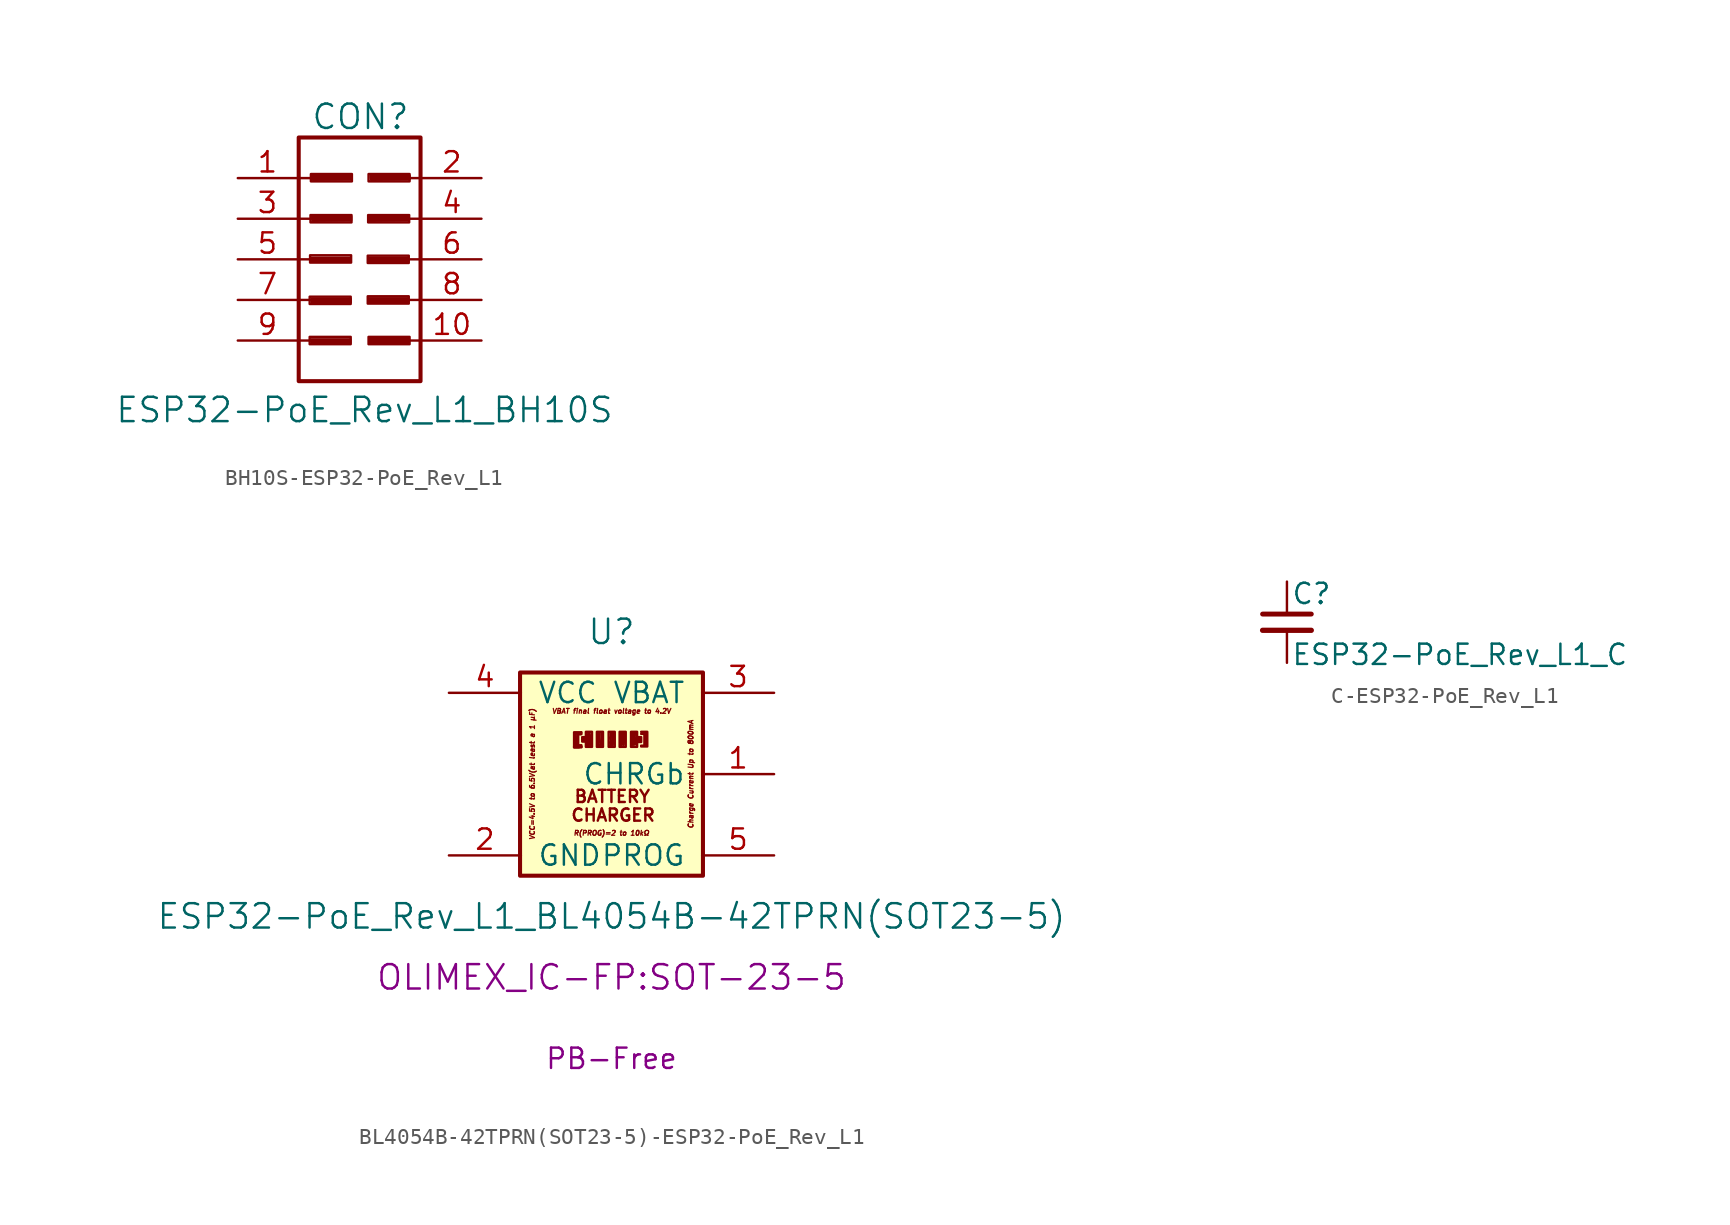
<source format=kicad_sym>
(kicad_symbol_lib
  (version 20220914)
  (generator kicad_symbol_editor)
  (symbol "BH10S-ESP32-PoE_Rev_L1"
    (pin_names
      (offset 1.016) hide)
    (property "Reference" "CON"
      (at 0.051 8.915 0)
      (effects (font (size 1.524 1.524))))
    (property "Value" "ESP32-PoE_Rev_L1_BH10S"
      (at 0.305 -9.423 0)
      (effects (font (size 1.524 1.524))))
    (property "Footprint" ""
      (at -0.203 -1.194 0)
      (effects (font (size 1.524 1.524))))
    (property "Datasheet" ""
      (at -0.203 -1.194 0)
      (effects (font (size 1.524 1.524))))
    (symbol "BH10S-ESP32-PoE_Rev_L1_0_0"
      (rectangle (start -3.124 -4.851) (end -0.559 -5.309) (stroke (width 0) (type solid)) (fill (type none)))
      (rectangle (start -3.124 -2.337) (end -0.559 -2.794) (stroke (width 0) (type solid)) (fill (type none)))
      (rectangle (start -3.099 0.254) (end -0.533 -0.203) (stroke (width 0) (type solid)) (fill (type none)))
      (rectangle (start -3.073 2.769) (end -0.508 2.311) (stroke (width 0) (type solid)) (fill (type none)))
      (rectangle (start -3.048 5.334) (end -0.483 4.877) (stroke (width 0) (type solid)) (fill (type none)))
      (polyline (pts (xy -3.023 -5.004) (xy -0.584 -5.004) (xy -0.584 -5.232) (xy -2.997 -5.258) (xy -3.023 -5.08) (xy -0.711 -5.08) (xy -0.711 -5.156) (xy -2.997 -5.105)) (stroke (width 0) (type solid)) (fill (type none)))
      (polyline (pts (xy -3.023 0.102) (xy -0.584 0.102) (xy -0.584 -0.127) (xy -2.997 -0.152) (xy -3.023 0.025) (xy -0.711 0.025) (xy -0.711 -0.051) (xy -2.997 0)) (stroke (width 0) (type solid)) (fill (type none)))
      (polyline (pts (xy -2.997 -2.464) (xy -0.559 -2.464) (xy -0.559 -2.692) (xy -2.972 -2.718) (xy -2.997 -2.54) (xy -0.686 -2.54) (xy -0.686 -2.616) (xy -2.972 -2.565)) (stroke (width 0) (type solid)) (fill (type none)))
      (polyline (pts (xy -2.972 2.667) (xy -0.533 2.667) (xy -0.533 2.438) (xy -2.946 2.413) (xy -2.972 2.591) (xy -0.66 2.591) (xy -0.66 2.515) (xy -2.946 2.565)) (stroke (width 0) (type solid)) (fill (type none)))
      (polyline (pts (xy -2.946 5.232) (xy -0.508 5.232) (xy -0.508 5.004) (xy -2.921 4.978) (xy -2.946 5.156) (xy -0.635 5.156) (xy -0.635 5.08) (xy -2.921 5.131)) (stroke (width 0) (type solid)) (fill (type none)))
      (polyline (pts (xy 0.559 0.102) (xy 2.997 0.102) (xy 2.997 -0.127) (xy 0.584 -0.152) (xy 0.559 0.025) (xy 2.87 0.025) (xy 2.87 -0.051) (xy 0.584 0)) (stroke (width 0) (type solid)) (fill (type none)))
      (polyline (pts (xy 0.584 -2.438) (xy 3.023 -2.438) (xy 3.023 -2.667) (xy 0.61 -2.692) (xy 0.584 -2.515) (xy 2.896 -2.515) (xy 2.896 -2.591) (xy 0.61 -2.54)) (stroke (width 0) (type solid)) (fill (type none)))
      (polyline (pts (xy 0.584 2.667) (xy 3.023 2.667) (xy 3.023 2.438) (xy 0.61 2.413) (xy 0.584 2.591) (xy 2.896 2.591) (xy 2.896 2.515) (xy 0.61 2.565)) (stroke (width 0) (type solid)) (fill (type none)))
      (polyline (pts (xy 0.635 -4.953) (xy 3.073 -4.953) (xy 3.073 -5.182) (xy 0.66 -5.207) (xy 0.635 -5.029) (xy 2.946 -5.029) (xy 2.946 -5.105) (xy 0.66 -5.055)) (stroke (width 0) (type solid)) (fill (type none)))
      (polyline (pts (xy 0.686 5.232) (xy 3.124 5.232) (xy 3.124 5.004) (xy 0.711 4.978) (xy 0.686 5.156) (xy 2.997 5.156) (xy 2.997 5.08) (xy 0.711 5.131)) (stroke (width 0) (type solid)) (fill (type none)))
      (rectangle (start 0.508 -2.311) (end 3.073 -2.769) (stroke (width 0) (type solid)) (fill (type none)))
      (rectangle (start 0.508 0.229) (end 3.073 -0.229) (stroke (width 0) (type solid)) (fill (type none)))
      (rectangle (start 0.533 2.769) (end 3.099 2.311) (stroke (width 0) (type solid)) (fill (type none)))
      (rectangle (start 0.559 -4.851) (end 3.124 -5.309) (stroke (width 0) (type solid)) (fill (type none)))
      (rectangle (start 0.559 5.334) (end 3.124 4.877) (stroke (width 0) (type solid)) (fill (type none))))
    (symbol "BH10S-ESP32-PoE_Rev_L1_0_1"
      (rectangle (start -3.81 7.62) (end 3.81 -7.62) (stroke (width 0.254) (type solid)) (fill (type none)))
      (polyline (pts (xy -3.81 -5.08) (xy -3.048 -5.08)) (stroke (width 0) (type solid)) (fill (type none)))
      (polyline (pts (xy -3.81 -2.54) (xy -3.048 -2.54)) (stroke (width 0) (type solid)) (fill (type none)))
      (polyline (pts (xy -3.81 0) (xy -3.048 0)) (stroke (width 0) (type solid)) (fill (type none)))
      (polyline (pts (xy -3.81 2.54) (xy -3.048 2.54)) (stroke (width 0) (type solid)) (fill (type none)))
      (polyline (pts (xy -3.81 5.08) (xy -3.048 5.08)) (stroke (width 0) (type solid)) (fill (type none)))
      (polyline (pts (xy 3.81 -5.08) (xy 3.048 -5.08)) (stroke (width 0) (type solid)) (fill (type none)))
      (polyline (pts (xy 3.81 -2.54) (xy 3.048 -2.54)) (stroke (width 0) (type solid)) (fill (type none)))
      (polyline (pts (xy 3.81 0) (xy 3.048 0)) (stroke (width 0) (type solid)) (fill (type none)))
      (polyline (pts (xy 3.81 2.54) (xy 3.048 2.54)) (stroke (width 0) (type solid)) (fill (type none)))
      (polyline (pts (xy 3.81 5.08) (xy 3.048 5.08)) (stroke (width 0) (type solid)) (fill (type none))))
    (symbol "BH10S-ESP32-PoE_Rev_L1_1_1"
      (pin passive line (at -7.62 5.08 0) (length 3.708) (name "1" (effects (font (size 1.27 1.27)))) (number "1" (effects (font (size 1.27 1.27)))))
      (pin passive line (at 7.62 -5.08 180) (length 3.708) (name "10" (effects (font (size 1.27 1.27)))) (number "10" (effects (font (size 1.27 1.27)))))
      (pin passive line (at 7.62 5.08 180) (length 3.708) (name "2" (effects (font (size 1.27 1.27)))) (number "2" (effects (font (size 1.27 1.27)))))
      (pin passive line (at -7.62 2.54 0) (length 3.708) (name "3" (effects (font (size 1.27 1.27)))) (number "3" (effects (font (size 1.27 1.27)))))
      (pin passive line (at 7.62 2.54 180) (length 3.708) (name "4" (effects (font (size 1.27 1.27)))) (number "4" (effects (font (size 1.27 1.27)))))
      (pin passive line (at -7.62 0 0) (length 3.708) (name "5" (effects (font (size 1.27 1.27)))) (number "5" (effects (font (size 1.27 1.27)))))
      (pin passive line (at 7.62 0 180) (length 3.708) (name "6" (effects (font (size 1.27 1.27)))) (number "6" (effects (font (size 1.27 1.27)))))
      (pin passive line (at -7.62 -2.54 0) (length 3.708) (name "7" (effects (font (size 1.27 1.27)))) (number "7" (effects (font (size 1.27 1.27)))))
      (pin passive line (at 7.62 -2.54 180) (length 3.708) (name "8" (effects (font (size 1.27 1.27)))) (number "8" (effects (font (size 1.27 1.27)))))
      (pin passive line (at -7.62 -5.08 0) (length 3.708) (name "9" (effects (font (size 1.27 1.27)))) (number "9" (effects (font (size 1.27 1.27)))))))
  (symbol "BL4054B-42TPRN(SOT23-5)-ESP32-PoE_Rev_L1"
    (pin_names
      (offset 1.016))
    (property "Reference" "U"
      (at 0 8.89 0)
      (effects (font (size 1.524 1.524))))
    (property "Value" "ESP32-PoE_Rev_L1_BL4054B-42TPRN(SOT23-5)"
      (at 0 -8.89 0)
      (effects (font (size 1.524 1.524))))
    (property "Footprint" "OLIMEX_IC-FP:SOT-23-5"
      (at 0 -12.7 0)
      (effects (font (size 1.524 1.524))))
    (property "Datasheet" ""
      (at 0 0.635 0)
      (effects (font (size 1.524 1.524))))
    (property "Note" "PB-Free"
      (at 0 -17.78 0)
      (effects (font (size 1.27 1.27))))
    (symbol "BL4054B-42TPRN(SOT23-5)-ESP32-PoE_Rev_L1_0_0"
      (text "Charge Current Up to 800mA" (at 4.953 0 900) (effects (font (size 0.305 0.305) italic)))
      (text "R(PROG)=2 to 10kΩ" (at 0 -3.683 0) (effects (font (size 0.305 0.305) italic)))
      (text "VBAT final float voltage to 4.2V" (at 0 3.937 0) (effects (font (size 0.305 0.305) italic)))
      (text "VCC=4.5V to 6.5V(at least a 1 μF)" (at -4.953 0 900) (effects (font (size 0.305 0.305) italic))))
    (symbol "BL4054B-42TPRN(SOT23-5)-ESP32-PoE_Rev_L1_1_0"
      (rectangle (start -1.219 1.702) (end -1.6 2.642) (stroke (width 0) (type solid)) (fill (type none)))
      (rectangle (start -0.533 1.702) (end -0.914 2.642) (stroke (width 0) (type solid)) (fill (type none)))
      (polyline (pts (xy -2.337 1.676) (xy -1.88 1.676)) (stroke (width 0) (type solid)) (fill (type none)))
      (polyline (pts (xy -2.337 1.702) (xy -1.88 1.702)) (stroke (width 0) (type solid)) (fill (type none)))
      (polyline (pts (xy -2.134 2.515) (xy -2.159 1.829)) (stroke (width 0) (type solid)) (fill (type none)))
      (polyline (pts (xy -2.108 2.134) (xy -2.134 1.727)) (stroke (width 0) (type solid)) (fill (type none)))
      (polyline (pts (xy -2.083 1.727) (xy -2.083 2.464)) (stroke (width 0) (type solid)) (fill (type none)))
      (polyline (pts (xy -2.057 2.489) (xy -1.905 2.489)) (stroke (width 0) (type solid)) (fill (type none)))
      (polyline (pts (xy -1.93 1.803) (xy -2.007 1.803)) (stroke (width 0) (type solid)) (fill (type none)))
      (polyline (pts (xy -1.88 1.727) (xy -1.88 1.803)) (stroke (width 0) (type solid)) (fill (type none)))
      (polyline (pts (xy -1.88 2.616) (xy -1.88 2.515)) (stroke (width 0) (type solid)) (fill (type none)))
      (polyline (pts (xy -0.864 2.565) (xy -0.686 1.905)) (stroke (width 0) (type solid)) (fill (type none)))
      (polyline (pts (xy -0.635 2.565) (xy -0.635 1.803)) (stroke (width 0) (type solid)) (fill (type none)))
      (polyline (pts (xy -0.076 2.286) (xy 0.025 1.829)) (stroke (width 0) (type solid)) (fill (type none)))
      (polyline (pts (xy -0.051 1.829) (xy -0.076 1.778)) (stroke (width 0) (type solid)) (fill (type none)))
      (polyline (pts (xy -0.051 2.21) (xy -0.025 2.591)) (stroke (width 0) (type solid)) (fill (type none)))
      (polyline (pts (xy 0 1.829) (xy -0.102 1.981)) (stroke (width 0) (type solid)) (fill (type none)))
      (polyline (pts (xy 0.076 1.803) (xy 0.102 2.54)) (stroke (width 0) (type solid)) (fill (type none)))
      (polyline (pts (xy 0.584 2.515) (xy 0.584 1.702)) (stroke (width 0) (type solid)) (fill (type none)))
      (polyline (pts (xy 1.499 2.464) (xy 1.473 2.565)) (stroke (width 0) (type solid)) (fill (type none)))
      (polyline (pts (xy 1.702 2.134) (xy 1.702 2.21)) (stroke (width 0) (type solid)) (fill (type none)))
      (polyline (pts (xy 2.032 1.778) (xy 1.854 1.778)) (stroke (width 0) (type solid)) (fill (type none)))
      (polyline (pts (xy 2.057 2.515) (xy 2.057 1.803)) (stroke (width 0) (type solid)) (fill (type none)))
      (polyline (pts (xy 2.108 2.515) (xy 1.854 2.515)) (stroke (width 0) (type solid)) (fill (type none)))
      (polyline (pts (xy -0.686 1.803) (xy -0.813 1.829) (xy -0.762 2.515)) (stroke (width 0) (type solid)) (fill (type none)))
      (polyline (pts (xy 1.422 2.515) (xy 1.397 2.565) (xy 1.473 2.565)) (stroke (width 0) (type solid)) (fill (type none)))
      (polyline (pts (xy 0.787 2.565) (xy 0.762 1.829) (xy 0.635 1.854) (xy 0.66 2.54)) (stroke (width 0) (type solid)) (fill (type none)))
      (polyline (pts (xy 1.321 2.54) (xy 1.321 1.829) (xy 1.473 1.854) (xy 1.448 2.464)) (stroke (width 0) (type solid)) (fill (type none)))
      (polyline (pts (xy -1.651 2.311) (xy -1.829 2.311) (xy -1.829 2.032) (xy -1.676 2.032) (xy -1.727 2.235)) (stroke (width 0) (type solid)) (fill (type none)))
      (polyline (pts (xy -1.27 1.778) (xy -1.372 2.565) (xy -1.422 1.778) (xy -1.448 2.591) (xy -1.524 1.829)) (stroke (width 0) (type solid)) (fill (type none)))
      (polyline (pts (xy 1.676 2.311) (xy 1.854 2.311) (xy 1.854 2.007) (xy 1.651 2.007) (xy 1.753 2.184) (xy 1.753 2.159)) (stroke (width 0) (type solid)) (fill (type none)))
      (polyline (pts (xy 1.854 2.642) (xy 2.235 2.642) (xy 2.235 1.727) (xy 1.854 1.727) (xy 2.134 1.727) (xy 2.134 2.591)) (stroke (width 0) (type solid)) (fill (type none)))
      (polyline (pts (xy -1.905 2.616) (xy -2.337 2.616) (xy -2.337 1.727) (xy -2.337 1.676) (xy -2.032 1.676) (xy -2.032 1.778) (xy -2.235 1.778) (xy -2.261 2.54) (xy -1.93 2.54) (xy -1.93 2.515) (xy -1.93 2.54)) (stroke (width 0) (type solid)) (fill (type none)))
      (rectangle (start 0.203 1.702) (end -0.178 2.642) (stroke (width 0) (type solid)) (fill (type none)))
      (rectangle (start 0.889 1.702) (end 0.508 2.642) (stroke (width 0) (type solid)) (fill (type none)))
      (rectangle (start 1.6 1.702) (end 1.219 2.642) (stroke (width 0) (type solid)) (fill (type none)))
      (text "BATTERY" (at 0.051 -1.397 0) (effects (font (size 0.762 0.762))))
      (text "CHARGER" (at 0.102 -2.565 0) (effects (font (size 0.762 0.762)))))
    (symbol "BL4054B-42TPRN(SOT23-5)-ESP32-PoE_Rev_L1_1_1"
      (polyline (pts (xy -5.715 6.35) (xy -5.715 -6.35) (xy 5.715 -6.35) (xy 5.715 6.35) (xy -5.715 6.35)) (stroke (width 0.254) (type solid)) (fill (type background)))
      (pin open_collector line (at 10.16 0 180) (length 4.496) (name "CHRGb" (effects (font (size 1.27 1.27)))) (number "1" (effects (font (size 1.27 1.27)))))
      (pin power_in line (at -10.16 -5.08 0) (length 4.496) (name "GND" (effects (font (size 1.27 1.27)))) (number "2" (effects (font (size 1.27 1.27)))))
      (pin output line (at 10.16 5.08 180) (length 4.496) (name "VBAT" (effects (font (size 1.27 1.27)))) (number "3" (effects (font (size 1.27 1.27)))))
      (pin power_in line (at -10.16 5.08 0) (length 4.496) (name "VCC" (effects (font (size 1.27 1.27)))) (number "4" (effects (font (size 1.27 1.27)))))
      (pin input line (at 10.16 -5.08 180) (length 4.496) (name "PROG" (effects (font (size 1.27 1.27)))) (number "5" (effects (font (size 1.27 1.27)))))))
  (symbol "C-ESP32-PoE_Rev_L1"
    (pin_numbers hide)
    (pin_names
      (offset 0.254) hide)
    (property "Reference" "C"
      (at 0.254 1.778 0)
      (effects (font (size 1.27 1.27)) (justify left)))
    (property "Value" "ESP32-PoE_Rev_L1_C"
      (at 0.254 -2.032 0)
      (effects (font (size 1.27 1.27)) (justify left)))
    (property "Footprint" ""
      (at 0 0 0)
      (effects (font (size 1.524 1.524))))
    (property "Datasheet" ""
      (at 0 0 0)
      (effects (font (size 1.524 1.524))))
    (symbol "C-ESP32-PoE_Rev_L1_0_1"
      (polyline (pts (xy -1.524 -0.508) (xy 1.524 -0.508)) (stroke (width 0.33) (type solid)) (fill (type none)))
      (polyline (pts (xy -1.524 0.508) (xy 1.524 0.508)) (stroke (width 0.305) (type solid)) (fill (type none))))
    (symbol "C-ESP32-PoE_Rev_L1_1_1"
      (pin passive line (at 0 2.54 270) (length 1.905) (name "~" (effects (font (size 1.016 1.016)))) (number "1" (effects (font (size 1.016 1.016)))))
      (pin passive line (at 0 -2.54 90) (length 2.032) (name "~" (effects (font (size 1.016 1.016)))) (number "2" (effects (font (size 1.016 1.016))))))))
</source>
